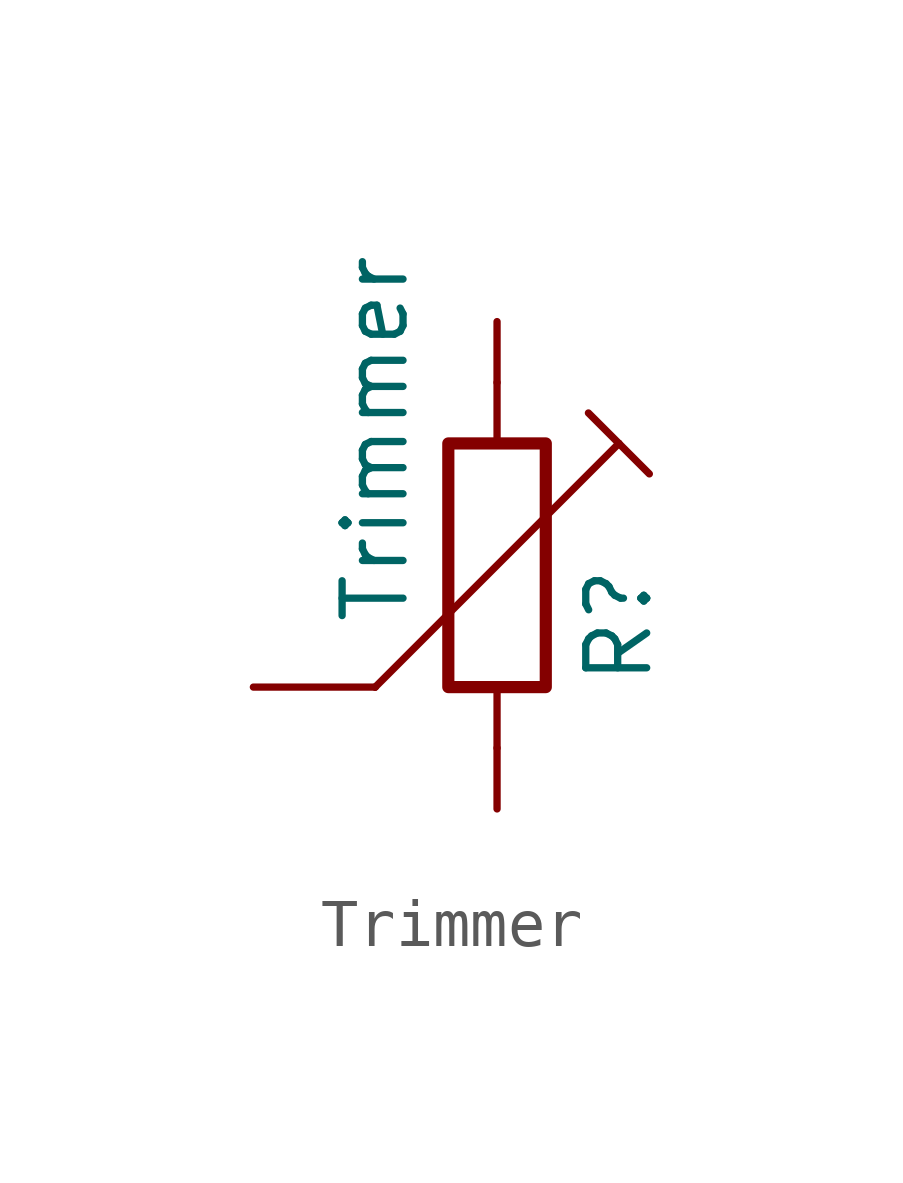
<source format=kicad_sym>
(kicad_symbol_lib
  (version 20211014)
  (generator kicad_symbol_editor)
  (symbol "Trimmer"
    (pin_numbers hide)
    (pin_names
      (offset 0))
    (property "Reference" "R"
      (at 2.54 -2.54 90)
      (effects (font (size 1.27 1.27)) (justify left)))
    (property "Value" "Trimmer"
      (at -2.54 -1.27 90)
      (effects (font (size 1.27 1.27)) (justify left)))
    (property "Footprint" ""
      (at -1.778 0 90)
      (effects (font (size 1.27 1.27))))
    (property "Datasheet" ""
      (at 0 0 0)
      (effects (font (size 1.27 1.27))))
    (symbol "Trimmer_0_1"
      (rectangle (start -1.016 -2.54) (end 1.016 2.54) (stroke (width 0.254) (type default) (color 0 0 0 0)) (fill (type none)))
      (polyline (pts (xy -2.54 -2.54) (xy -2.54 -2.54)) (stroke (width 0.152) (type default) (color 0 0 0 0)) (fill (type none)))
      (polyline (pts (xy -2.54 -2.54) (xy 2.54 2.54)) (stroke (width 0.152) (type default) (color 0 0 0 0)) (fill (type none)))
      (polyline (pts (xy 0 -2.54) (xy 0 -3.81)) (stroke (width 0.152) (type default) (color 0 0 0 0)) (fill (type none)))
      (polyline (pts (xy 0 3.81) (xy 0 2.54)) (stroke (width 0.152) (type default) (color 0 0 0 0)) (fill (type none)))
      (polyline (pts (xy 2.54 2.54) (xy 1.905 3.175)) (stroke (width 0.152) (type default) (color 0 0 0 0)) (fill (type none)))
      (polyline (pts (xy 2.54 2.54) (xy 3.175 1.905)) (stroke (width 0.152) (type default) (color 0 0 0 0)) (fill (type none))))
    (symbol "Trimmer_1_1"
      (pin passive line (at 0 5.08 270) (length 1.27) (name "~" (effects (font (size 1.27 1.27)))) (number "1" (effects (font (size 1.27 1.27)))))
      (pin passive line (at 0 -5.08 90) (length 1.27) (name "~" (effects (font (size 1.27 1.27)))) (number "2" (effects (font (size 1.27 1.27)))))
      (pin passive line (at -5.08 -2.54 0) (length 2.54) (name "~" (effects (font (size 1.27 1.27)))) (number "3" (effects (font (size 1.27 1.27))))))))
</source>
